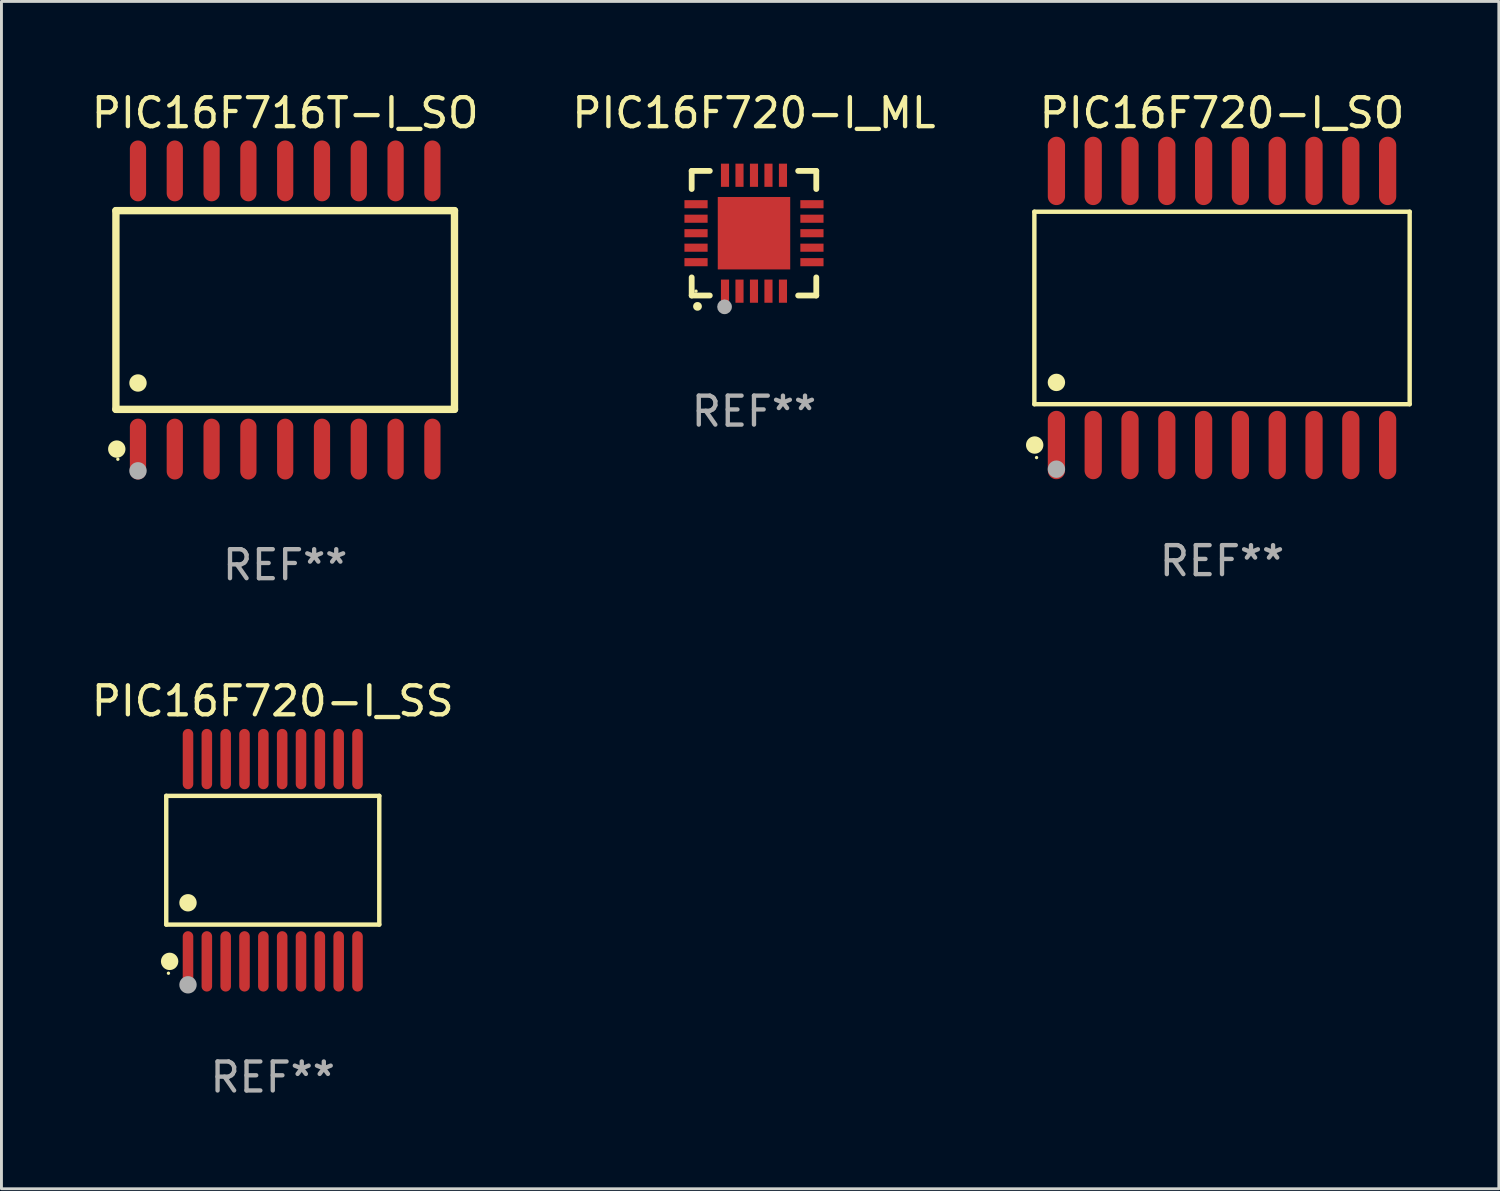
<source format=kicad_pcb>
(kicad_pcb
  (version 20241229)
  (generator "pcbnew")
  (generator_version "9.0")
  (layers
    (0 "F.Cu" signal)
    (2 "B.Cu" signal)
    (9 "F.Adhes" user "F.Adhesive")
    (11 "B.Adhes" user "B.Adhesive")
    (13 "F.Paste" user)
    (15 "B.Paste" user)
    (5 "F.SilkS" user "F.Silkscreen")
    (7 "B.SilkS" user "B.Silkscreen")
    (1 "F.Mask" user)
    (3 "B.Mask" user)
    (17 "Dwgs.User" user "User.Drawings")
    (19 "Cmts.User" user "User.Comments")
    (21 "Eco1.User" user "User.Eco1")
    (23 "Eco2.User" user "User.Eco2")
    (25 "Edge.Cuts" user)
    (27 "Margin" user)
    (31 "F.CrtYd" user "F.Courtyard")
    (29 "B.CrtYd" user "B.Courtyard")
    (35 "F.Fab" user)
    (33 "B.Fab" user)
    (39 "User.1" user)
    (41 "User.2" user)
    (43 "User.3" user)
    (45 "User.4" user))
  (footprint "PIC16F720-I_SS"
    (layer "F.Cu")
    (at 6.363 26.636)
    (property "Reference" "PIC16F720-I_SS" (at 0 -5.491 0) (layer "F.SilkS") (effects (font (size 1 1) (thickness 0.15))))
    (attr through_hole)
    (fp_line (start -3.676 -2.221) (end 3.676 -2.221) (stroke (width 0.152) (type solid)) (layer "F.SilkS"))
    (fp_line (start -3.676 2.221) (end -3.676 -2.221) (stroke (width 0.152) (type solid)) (layer "F.SilkS"))
    (fp_line (start 3.676 -2.221) (end 3.676 2.221) (stroke (width 0.152) (type solid)) (layer "F.SilkS"))
    (fp_line (start 3.676 2.221) (end -3.676 2.221) (stroke (width 0.152) (type solid)) (layer "F.SilkS"))
    (fp_circle (center -3.6 3.9) (end -3.57 3.9) (stroke (width 0.06) (type solid)) (fill no) (layer "F.SilkS"))
    (fp_circle (center -3.559 3.491) (end -3.409 3.491) (stroke (width 0.3) (type solid)) (fill no) (layer "F.SilkS"))
    (fp_circle (center -2.925 1.469) (end -2.775 1.469) (stroke (width 0.3) (type solid)) (fill no) (layer "F.SilkS"))
    (fp_circle (center -2.925 4.3) (end -2.775 4.3) (stroke (width 0.3) (type solid)) (fill no) (layer "F.Fab"))
    (fp_text user "REF**" (at 0 7.491 0) (layer "F.Fab") (effects (font (size 1 1) (thickness 0.15))))
    (pad "1" smd oval (at -2.925 3.491) (size 0.364 2.082) (layers "F.Cu" "F.Mask" "F.Paste"))
    (pad "2" smd oval (at -2.275 3.491) (size 0.364 2.082) (layers "F.Cu" "F.Mask" "F.Paste"))
    (pad "3" smd oval (at -1.625 3.491) (size 0.364 2.082) (layers "F.Cu" "F.Mask" "F.Paste"))
    (pad "4" smd oval (at -0.975 3.491) (size 0.364 2.082) (layers "F.Cu" "F.Mask" "F.Paste"))
    (pad "5" smd oval (at -0.325 3.491) (size 0.364 2.082) (layers "F.Cu" "F.Mask" "F.Paste"))
    (pad "6" smd oval (at 0.325 3.491) (size 0.364 2.082) (layers "F.Cu" "F.Mask" "F.Paste"))
    (pad "7" smd oval (at 0.975 3.491) (size 0.364 2.082) (layers "F.Cu" "F.Mask" "F.Paste"))
    (pad "8" smd oval (at 1.625 3.491) (size 0.364 2.082) (layers "F.Cu" "F.Mask" "F.Paste"))
    (pad "9" smd oval (at 2.275 3.491) (size 0.364 2.082) (layers "F.Cu" "F.Mask" "F.Paste"))
    (pad "10" smd oval (at 2.925 3.491) (size 0.364 2.082) (layers "F.Cu" "F.Mask" "F.Paste"))
    (pad "11" smd oval (at 2.925 -3.491) (size 0.364 2.082) (layers "F.Cu" "F.Mask" "F.Paste"))
    (pad "12" smd oval (at 2.275 -3.491) (size 0.364 2.082) (layers "F.Cu" "F.Mask" "F.Paste"))
    (pad "13" smd oval (at 1.625 -3.491) (size 0.364 2.082) (layers "F.Cu" "F.Mask" "F.Paste"))
    (pad "14" smd oval (at 0.975 -3.491) (size 0.364 2.082) (layers "F.Cu" "F.Mask" "F.Paste"))
    (pad "15" smd oval (at 0.325 -3.491) (size 0.364 2.082) (layers "F.Cu" "F.Mask" "F.Paste"))
    (pad "16" smd oval (at -0.325 -3.491) (size 0.364 2.082) (layers "F.Cu" "F.Mask" "F.Paste"))
    (pad "17" smd oval (at -0.975 -3.491) (size 0.364 2.082) (layers "F.Cu" "F.Mask" "F.Paste"))
    (pad "18" smd oval (at -1.625 -3.491) (size 0.364 2.082) (layers "F.Cu" "F.Mask" "F.Paste"))
    (pad "19" smd oval (at -2.275 -3.491) (size 0.364 2.082) (layers "F.Cu" "F.Mask" "F.Paste"))
    (pad "20" smd oval (at -2.925 -3.491) (size 0.364 2.082) (layers "F.Cu" "F.Mask" "F.Paste")))
  (footprint "PIC16F716T-I_SO"
    (layer "F.Cu")
    (at 6.792 7.648)
    (property "Reference" "PIC16F716T-I_SO" (at 0 -6.8 0) (layer "F.SilkS") (effects (font (size 1 1) (thickness 0.15))))
    (attr through_hole)
    (fp_line (start -5.842 -3.429) (end -5.842 3.429) (stroke (width 0.254) (type solid)) (layer "F.SilkS"))
    (fp_line (start -5.842 3.429) (end 5.842 3.429) (stroke (width 0.254) (type solid)) (layer "F.SilkS"))
    (fp_line (start 5.842 -3.429) (end -5.842 -3.429) (stroke (width 0.254) (type solid)) (layer "F.SilkS"))
    (fp_line (start 5.842 3.429) (end 5.842 -3.429) (stroke (width 0.254) (type solid)) (layer "F.SilkS"))
    (fp_circle (center -5.812 4.8) (end -5.662 4.8) (stroke (width 0.3) (type solid)) (fill no) (layer "F.SilkS"))
    (fp_circle (center -5.775 5.15) (end -5.745 5.15) (stroke (width 0.06) (type solid)) (fill no) (layer "F.SilkS"))
    (fp_circle (center -5.08 2.519) (end -4.93 2.519) (stroke (width 0.3) (type solid)) (fill no) (layer "F.SilkS"))
    (fp_circle (center -5.08 5.55) (end -4.93 5.55) (stroke (width 0.3) (type solid)) (fill no) (layer "F.Fab"))
    (fp_text user "REF**" (at 0 8.8 0) (layer "F.Fab") (effects (font (size 1 1) (thickness 0.15))))
    (pad "1" smd oval (at -5.08 4.8) (size 0.56 2.1) (layers "F.Cu" "F.Mask" "F.Paste"))
    (pad "2" smd oval (at -3.81 4.8) (size 0.56 2.1) (layers "F.Cu" "F.Mask" "F.Paste"))
    (pad "3" smd oval (at -2.54 4.8) (size 0.56 2.1) (layers "F.Cu" "F.Mask" "F.Paste"))
    (pad "4" smd oval (at -1.27 4.8) (size 0.56 2.1) (layers "F.Cu" "F.Mask" "F.Paste"))
    (pad "5" smd oval (at 0 4.8) (size 0.56 2.1) (layers "F.Cu" "F.Mask" "F.Paste"))
    (pad "6" smd oval (at 1.27 4.8) (size 0.56 2.1) (layers "F.Cu" "F.Mask" "F.Paste"))
    (pad "7" smd oval (at 2.54 4.8) (size 0.56 2.1) (layers "F.Cu" "F.Mask" "F.Paste"))
    (pad "8" smd oval (at 3.81 4.8) (size 0.56 2.1) (layers "F.Cu" "F.Mask" "F.Paste"))
    (pad "9" smd oval (at 5.08 4.8) (size 0.56 2.1) (layers "F.Cu" "F.Mask" "F.Paste"))
    (pad "10" smd oval (at 5.08 -4.8) (size 0.56 2.1) (layers "F.Cu" "F.Mask" "F.Paste"))
    (pad "11" smd oval (at 3.81 -4.8) (size 0.56 2.1) (layers "F.Cu" "F.Mask" "F.Paste"))
    (pad "12" smd oval (at 2.54 -4.8) (size 0.56 2.1) (layers "F.Cu" "F.Mask" "F.Paste"))
    (pad "13" smd oval (at 1.27 -4.8) (size 0.56 2.1) (layers "F.Cu" "F.Mask" "F.Paste"))
    (pad "14" smd oval (at 0 -4.8) (size 0.56 2.1) (layers "F.Cu" "F.Mask" "F.Paste"))
    (pad "15" smd oval (at -1.27 -4.8) (size 0.56 2.1) (layers "F.Cu" "F.Mask" "F.Paste"))
    (pad "16" smd oval (at -2.54 -4.8) (size 0.56 2.1) (layers "F.Cu" "F.Mask" "F.Paste"))
    (pad "17" smd oval (at -3.81 -4.8) (size 0.56 2.1) (layers "F.Cu" "F.Mask" "F.Paste"))
    (pad "18" smd oval (at -5.08 -4.8) (size 0.56 2.1) (layers "F.Cu" "F.Mask" "F.Paste")))
  (footprint "PIC16F720-I_ML"
    (layer "F.Cu")
    (at 22.97 4.998)
    (property "Reference" "PIC16F720-I_ML" (at 0 -4.15 0) (layer "F.SilkS") (effects (font (size 1 1) (thickness 0.15))))
    (attr through_hole)
    (fp_line (start -2.15 -2.15) (end -2.15 -1.525) (stroke (width 0.2) (type solid)) (layer "F.SilkS"))
    (fp_line (start -2.15 2.15) (end -2.15 1.525) (stroke (width 0.2) (type solid)) (layer "F.SilkS"))
    (fp_line (start -1.525 -2.15) (end -2.15 -2.15) (stroke (width 0.2) (type solid)) (layer "F.SilkS"))
    (fp_line (start -1.525 2.15) (end -2.15 2.15) (stroke (width 0.2) (type solid)) (layer "F.SilkS"))
    (fp_line (start 1.525 2.15) (end 2.15 2.15) (stroke (width 0.2) (type solid)) (layer "F.SilkS"))
    (fp_line (start 2.15 -2.15) (end 1.525 -2.15) (stroke (width 0.2) (type solid)) (layer "F.SilkS"))
    (fp_line (start 2.15 -1.525) (end 2.15 -2.15) (stroke (width 0.2) (type solid)) (layer "F.SilkS"))
    (fp_line (start 2.15 2.15) (end 2.15 1.525) (stroke (width 0.2) (type solid)) (layer "F.SilkS"))
    (fp_arc (start -1.950724 2.524765) (mid -1.949454 2.52476) (end -1.948184 2.524765) (stroke (width 0.3) (type solid)) (layer "F.SilkS"))
    (fp_circle (center -2 2) (end -1.97 2) (stroke (width 0.06) (type solid)) (fill no) (layer "F.SilkS"))
    (fp_circle (center -1.016 2.54) (end -0.889 2.54) (stroke (width 0.254) (type solid)) (fill no) (layer "F.Fab"))
    (fp_text user "REF**" (at 0 6.15 0) (layer "F.Fab") (effects (font (size 1 1) (thickness 0.15))))
    (pad "1" smd rect (at -1 2) (size 0.28 0.8) (layers "F.Cu" "F.Mask" "F.Paste"))
    (pad "2" smd rect (at -0.5 2) (size 0.28 0.8) (layers "F.Cu" "F.Mask" "F.Paste"))
    (pad "3" smd rect (at 0 2) (size 0.28 0.8) (layers "F.Cu" "F.Mask" "F.Paste"))
    (pad "4" smd rect (at 0.5 2) (size 0.28 0.8) (layers "F.Cu" "F.Mask" "F.Paste"))
    (pad "5" smd rect (at 1 2) (size 0.28 0.8) (layers "F.Cu" "F.Mask" "F.Paste"))
    (pad "6" smd rect (at 2 1) (size 0.8 0.28) (layers "F.Cu" "F.Mask" "F.Paste"))
    (pad "7" smd rect (at 2 0.5) (size 0.8 0.28) (layers "F.Cu" "F.Mask" "F.Paste"))
    (pad "8" smd rect (at 2 0) (size 0.8 0.28) (layers "F.Cu" "F.Mask" "F.Paste"))
    (pad "9" smd rect (at 2 -0.5) (size 0.8 0.28) (layers "F.Cu" "F.Mask" "F.Paste"))
    (pad "10" smd rect (at 2 -1) (size 0.8 0.28) (layers "F.Cu" "F.Mask" "F.Paste"))
    (pad "11" smd rect (at 1 -2) (size 0.28 0.8) (layers "F.Cu" "F.Mask" "F.Paste"))
    (pad "12" smd rect (at 0.5 -2) (size 0.28 0.8) (layers "F.Cu" "F.Mask" "F.Paste"))
    (pad "13" smd rect (at 0 -2) (size 0.28 0.8) (layers "F.Cu" "F.Mask" "F.Paste"))
    (pad "14" smd rect (at -0.5 -2) (size 0.28 0.8) (layers "F.Cu" "F.Mask" "F.Paste"))
    (pad "15" smd rect (at -1 -2) (size 0.28 0.8) (layers "F.Cu" "F.Mask" "F.Paste"))
    (pad "16" smd rect (at -2 -1) (size 0.8 0.28) (layers "F.Cu" "F.Mask" "F.Paste"))
    (pad "17" smd rect (at -2 -0.5) (size 0.8 0.28) (layers "F.Cu" "F.Mask" "F.Paste"))
    (pad "18" smd rect (at -2 0) (size 0.8 0.28) (layers "F.Cu" "F.Mask" "F.Paste"))
    (pad "19" smd rect (at -2 0.5) (size 0.8 0.28) (layers "F.Cu" "F.Mask" "F.Paste"))
    (pad "20" smd rect (at -2 1) (size 0.8 0.28) (layers "F.Cu" "F.Mask" "F.Paste"))
    (pad "21" smd rect (at 0 0) (size 2.5 2.5) (layers "F.Cu" "F.Mask" "F.Paste")))
  (footprint "PIC16F720-I_SO"
    (layer "F.Cu")
    (at 39.122 7.578)
    (property "Reference" "PIC16F720-I_SO" (at 0 -6.73 0) (layer "F.SilkS") (effects (font (size 1 1) (thickness 0.15))))
    (attr through_hole)
    (fp_line (start -6.476 -3.321) (end 6.476 -3.321) (stroke (width 0.152) (type solid)) (layer "F.SilkS"))
    (fp_line (start -6.476 3.321) (end -6.476 -3.321) (stroke (width 0.152) (type solid)) (layer "F.SilkS"))
    (fp_line (start 6.476 -3.321) (end 6.476 3.321) (stroke (width 0.152) (type solid)) (layer "F.SilkS"))
    (fp_line (start 6.476 3.321) (end -6.476 3.321) (stroke (width 0.152) (type solid)) (layer "F.SilkS"))
    (fp_circle (center -6.465 4.73) (end -6.315 4.73) (stroke (width 0.3) (type solid)) (fill no) (layer "F.SilkS"))
    (fp_circle (center -6.4 5.163) (end -6.37 5.163) (stroke (width 0.06) (type solid)) (fill no) (layer "F.SilkS"))
    (fp_circle (center -5.715 2.569) (end -5.565 2.569) (stroke (width 0.3) (type solid)) (fill no) (layer "F.SilkS"))
    (fp_circle (center -5.715 5.563) (end -5.565 5.563) (stroke (width 0.3) (type solid)) (fill no) (layer "F.Fab"))
    (fp_text user "REF**" (at 0 8.73 0) (layer "F.Fab") (effects (font (size 1 1) (thickness 0.15))))
    (pad "1" smd oval (at -5.715 4.73) (size 0.595 2.36) (layers "F.Cu" "F.Mask" "F.Paste"))
    (pad "2" smd oval (at -4.445 4.73) (size 0.595 2.36) (layers "F.Cu" "F.Mask" "F.Paste"))
    (pad "3" smd oval (at -3.175 4.73) (size 0.595 2.36) (layers "F.Cu" "F.Mask" "F.Paste"))
    (pad "4" smd oval (at -1.905 4.73) (size 0.595 2.36) (layers "F.Cu" "F.Mask" "F.Paste"))
    (pad "5" smd oval (at -0.635 4.73) (size 0.595 2.36) (layers "F.Cu" "F.Mask" "F.Paste"))
    (pad "6" smd oval (at 0.635 4.73) (size 0.595 2.36) (layers "F.Cu" "F.Mask" "F.Paste"))
    (pad "7" smd oval (at 1.905 4.73) (size 0.595 2.36) (layers "F.Cu" "F.Mask" "F.Paste"))
    (pad "8" smd oval (at 3.175 4.73) (size 0.595 2.36) (layers "F.Cu" "F.Mask" "F.Paste"))
    (pad "9" smd oval (at 4.445 4.73) (size 0.595 2.36) (layers "F.Cu" "F.Mask" "F.Paste"))
    (pad "10" smd oval (at 5.715 4.73) (size 0.595 2.36) (layers "F.Cu" "F.Mask" "F.Paste"))
    (pad "11" smd oval (at 5.715 -4.73) (size 0.595 2.36) (layers "F.Cu" "F.Mask" "F.Paste"))
    (pad "12" smd oval (at 4.445 -4.73) (size 0.595 2.36) (layers "F.Cu" "F.Mask" "F.Paste"))
    (pad "13" smd oval (at 3.175 -4.73) (size 0.595 2.36) (layers "F.Cu" "F.Mask" "F.Paste"))
    (pad "14" smd oval (at 1.905 -4.73) (size 0.595 2.36) (layers "F.Cu" "F.Mask" "F.Paste"))
    (pad "15" smd oval (at 0.635 -4.73) (size 0.595 2.36) (layers "F.Cu" "F.Mask" "F.Paste"))
    (pad "16" smd oval (at -0.635 -4.73) (size 0.595 2.36) (layers "F.Cu" "F.Mask" "F.Paste"))
    (pad "17" smd oval (at -1.905 -4.73) (size 0.595 2.36) (layers "F.Cu" "F.Mask" "F.Paste"))
    (pad "18" smd oval (at -3.175 -4.73) (size 0.595 2.36) (layers "F.Cu" "F.Mask" "F.Paste"))
    (pad "19" smd oval (at -4.445 -4.73) (size 0.595 2.36) (layers "F.Cu" "F.Mask" "F.Paste"))
    (pad "20" smd oval (at -5.715 -4.73) (size 0.595 2.36) (layers "F.Cu" "F.Mask" "F.Paste")))
  (gr_rect
    (start -3 -3)
    (end 48.675 37.975)
    (stroke (width 0.1) (type default))
    (fill no)
    (layer "Edge.Cuts")))
</source>
